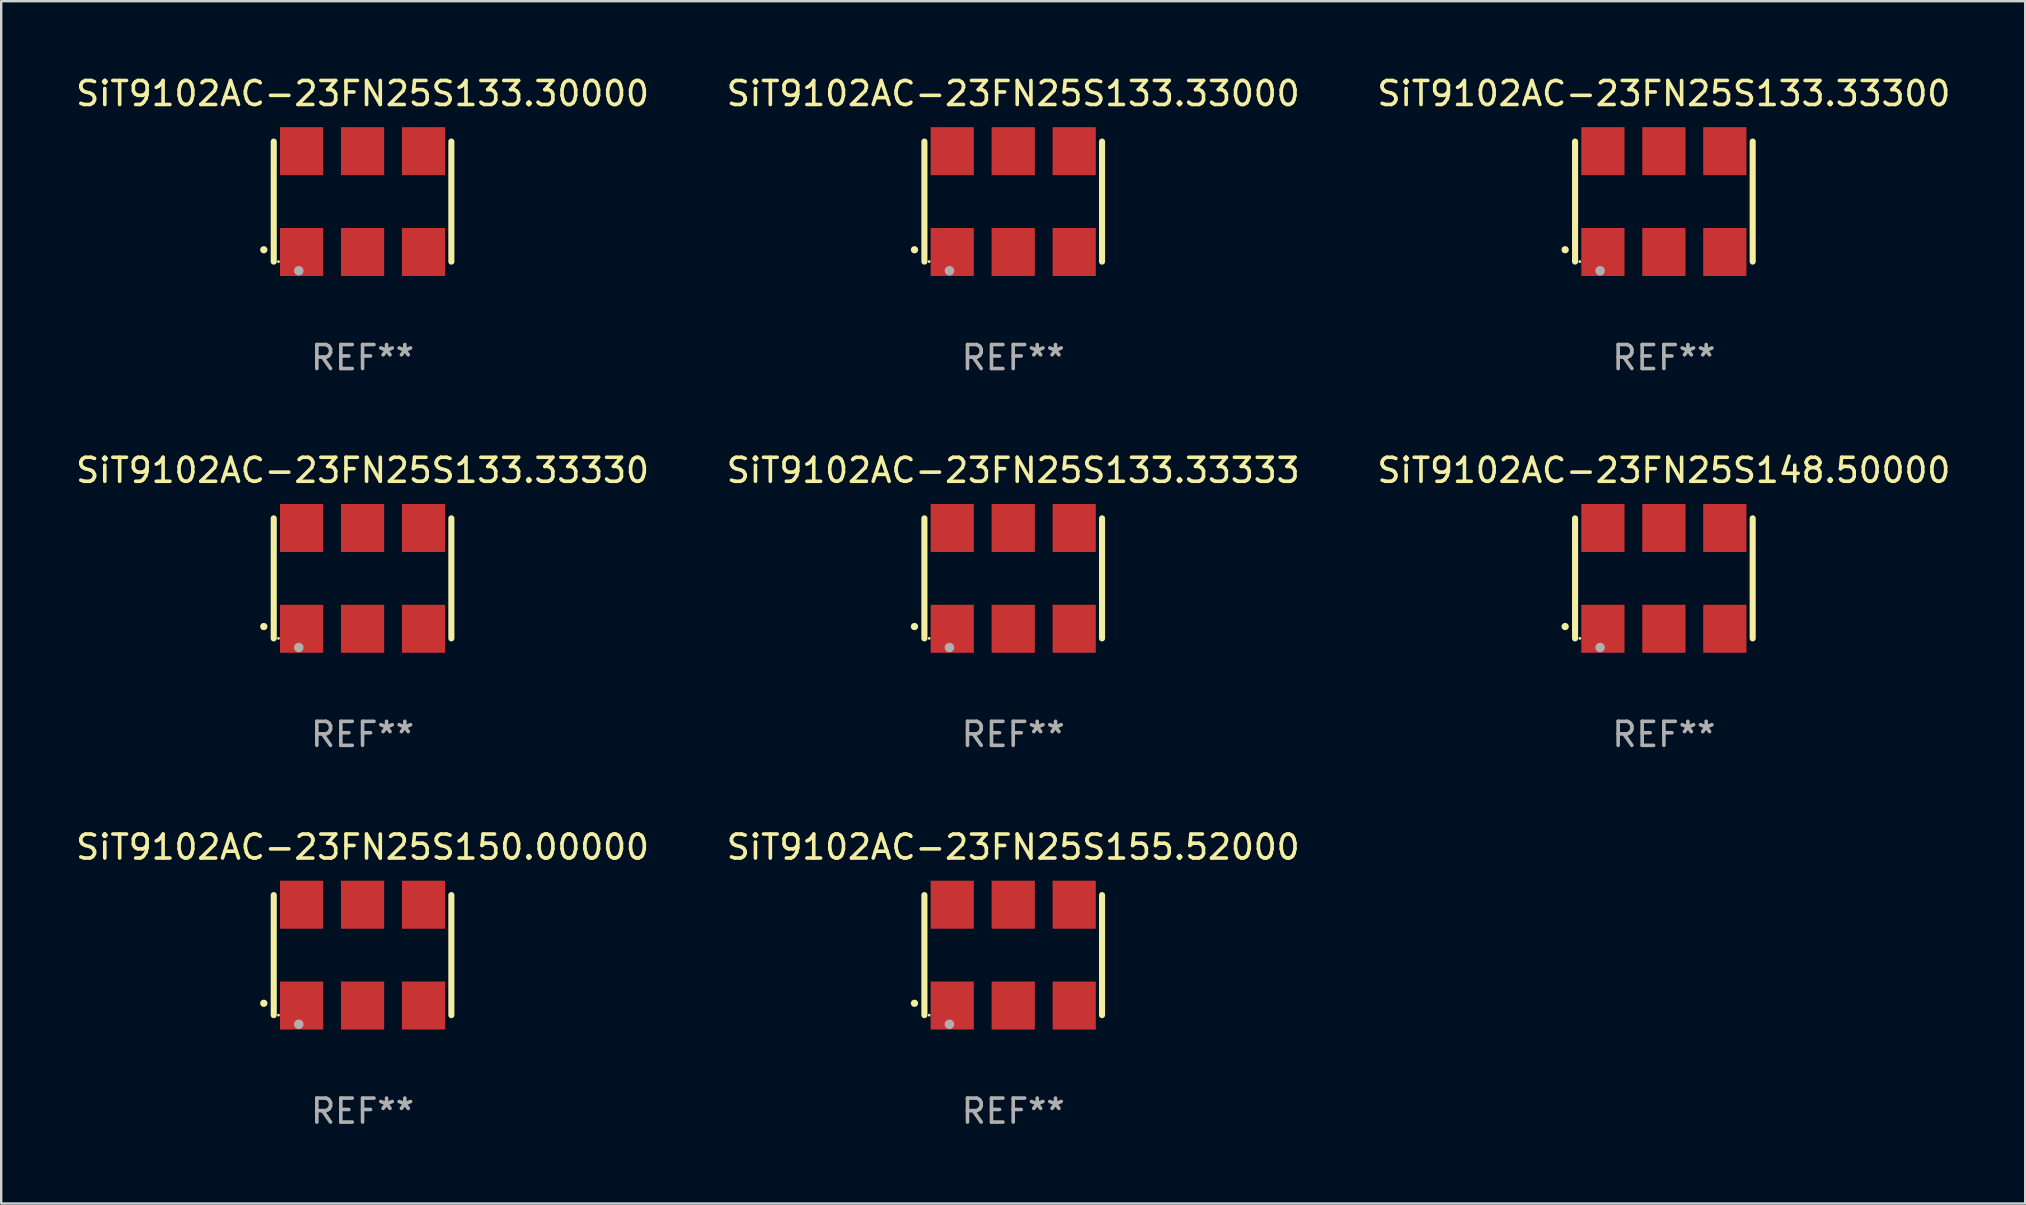
<source format=kicad_pcb>
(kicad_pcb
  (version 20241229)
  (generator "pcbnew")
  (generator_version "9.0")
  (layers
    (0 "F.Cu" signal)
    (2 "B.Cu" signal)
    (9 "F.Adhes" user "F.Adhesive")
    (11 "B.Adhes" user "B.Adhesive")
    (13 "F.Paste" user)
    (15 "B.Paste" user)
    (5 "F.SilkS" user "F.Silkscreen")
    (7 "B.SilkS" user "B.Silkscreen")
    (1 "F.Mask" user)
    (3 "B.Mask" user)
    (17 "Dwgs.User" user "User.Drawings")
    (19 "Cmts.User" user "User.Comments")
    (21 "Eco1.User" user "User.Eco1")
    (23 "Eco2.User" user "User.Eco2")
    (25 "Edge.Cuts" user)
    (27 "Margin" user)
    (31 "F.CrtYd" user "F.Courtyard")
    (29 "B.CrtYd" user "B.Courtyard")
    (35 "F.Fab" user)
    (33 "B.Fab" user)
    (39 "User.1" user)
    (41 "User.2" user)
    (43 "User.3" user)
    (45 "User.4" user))
  (footprint "SiT9102AC-23FN25S155.52000"
    (layer "F.Cu")
    (at 39.161 36.741)
    (property "Reference" "SiT9102AC-23FN25S155.52000" (at 0 -4.5 0) (layer "F.SilkS") (effects (font (size 1 1) (thickness 0.15))))
    (attr through_hole)
    (fp_line (start -3.7 -2.5) (end -3.7 2.5) (stroke (width 0.254) (type solid)) (layer "F.SilkS"))
    (fp_line (start 3.7 -2.5) (end 3.7 2.5) (stroke (width 0.254) (type solid)) (layer "F.SilkS"))
    (fp_arc (start -4.114415 2.006604) (mid -4.113145 2.006599) (end -4.111875 2.006604) (stroke (width 0.3) (type solid)) (layer "F.SilkS"))
    (fp_circle (center -3.502 2.5) (end -3.472 2.5) (stroke (width 0.06) (type solid)) (fill no) (layer "F.SilkS"))
    (fp_circle (center -2.657 2.882) (end -2.557 2.882) (stroke (width 0.2) (type solid)) (fill no) (layer "F.Fab"))
    (fp_text user "REF**" (at 0 6.5 0) (layer "F.Fab") (effects (font (size 1 1) (thickness 0.15))))
    (pad "1" smd rect (at -2.54 2.1) (size 1.8 2) (layers "F.Cu" "F.Mask" "F.Paste"))
    (pad "2" smd rect (at 0.000394 2.1) (size 1.8 2) (layers "F.Cu" "F.Mask" "F.Paste"))
    (pad "3" smd rect (at 2.54 2.1) (size 1.8 2) (layers "F.Cu" "F.Mask" "F.Paste"))
    (pad "4" smd rect (at 2.54 -2.1) (size 1.8 2) (layers "F.Cu" "F.Mask" "F.Paste"))
    (pad "5" smd rect (at 0.000394 -2.1) (size 1.8 2) (layers "F.Cu" "F.Mask" "F.Paste"))
    (pad "6" smd rect (at -2.54 -2.1) (size 1.8 2) (layers "F.Cu" "F.Mask" "F.Paste")))
  (footprint "SiT9102AC-23FN25S133.30000"
    (layer "F.Cu")
    (at 12.054 5.348)
    (property "Reference" "SiT9102AC-23FN25S133.30000" (at 0 -4.5 0) (layer "F.SilkS") (effects (font (size 1 1) (thickness 0.15))))
    (attr through_hole)
    (fp_line (start -3.7 -2.5) (end -3.7 2.5) (stroke (width 0.254) (type solid)) (layer "F.SilkS"))
    (fp_line (start 3.7 -2.5) (end 3.7 2.5) (stroke (width 0.254) (type solid)) (layer "F.SilkS"))
    (fp_arc (start -4.114415 2.006604) (mid -4.113145 2.006599) (end -4.111875 2.006604) (stroke (width 0.3) (type solid)) (layer "F.SilkS"))
    (fp_circle (center -3.502 2.5) (end -3.472 2.5) (stroke (width 0.06) (type solid)) (fill no) (layer "F.SilkS"))
    (fp_circle (center -2.657 2.882) (end -2.557 2.882) (stroke (width 0.2) (type solid)) (fill no) (layer "F.Fab"))
    (fp_text user "REF**" (at 0 6.5 0) (layer "F.Fab") (effects (font (size 1 1) (thickness 0.15))))
    (pad "1" smd rect (at -2.54 2.1) (size 1.8 2) (layers "F.Cu" "F.Mask" "F.Paste"))
    (pad "2" smd rect (at 0.000394 2.1) (size 1.8 2) (layers "F.Cu" "F.Mask" "F.Paste"))
    (pad "3" smd rect (at 2.54 2.1) (size 1.8 2) (layers "F.Cu" "F.Mask" "F.Paste"))
    (pad "4" smd rect (at 2.54 -2.1) (size 1.8 2) (layers "F.Cu" "F.Mask" "F.Paste"))
    (pad "5" smd rect (at 0.000394 -2.1) (size 1.8 2) (layers "F.Cu" "F.Mask" "F.Paste"))
    (pad "6" smd rect (at -2.54 -2.1) (size 1.8 2) (layers "F.Cu" "F.Mask" "F.Paste")))
  (footprint "SiT9102AC-23FN25S133.33333"
    (layer "F.Cu")
    (at 39.161 21.045)
    (property "Reference" "SiT9102AC-23FN25S133.33333" (at 0 -4.5 0) (layer "F.SilkS") (effects (font (size 1 1) (thickness 0.15))))
    (attr through_hole)
    (fp_line (start -3.7 -2.5) (end -3.7 2.5) (stroke (width 0.254) (type solid)) (layer "F.SilkS"))
    (fp_line (start 3.7 -2.5) (end 3.7 2.5) (stroke (width 0.254) (type solid)) (layer "F.SilkS"))
    (fp_arc (start -4.114415 2.006604) (mid -4.113145 2.006599) (end -4.111875 2.006604) (stroke (width 0.3) (type solid)) (layer "F.SilkS"))
    (fp_circle (center -3.502 2.5) (end -3.472 2.5) (stroke (width 0.06) (type solid)) (fill no) (layer "F.SilkS"))
    (fp_circle (center -2.657 2.882) (end -2.557 2.882) (stroke (width 0.2) (type solid)) (fill no) (layer "F.Fab"))
    (fp_text user "REF**" (at 0 6.5 0) (layer "F.Fab") (effects (font (size 1 1) (thickness 0.15))))
    (pad "1" smd rect (at -2.54 2.1) (size 1.8 2) (layers "F.Cu" "F.Mask" "F.Paste"))
    (pad "2" smd rect (at 0.000394 2.1) (size 1.8 2) (layers "F.Cu" "F.Mask" "F.Paste"))
    (pad "3" smd rect (at 2.54 2.1) (size 1.8 2) (layers "F.Cu" "F.Mask" "F.Paste"))
    (pad "4" smd rect (at 2.54 -2.1) (size 1.8 2) (layers "F.Cu" "F.Mask" "F.Paste"))
    (pad "5" smd rect (at 0.000394 -2.1) (size 1.8 2) (layers "F.Cu" "F.Mask" "F.Paste"))
    (pad "6" smd rect (at -2.54 -2.1) (size 1.8 2) (layers "F.Cu" "F.Mask" "F.Paste")))
  (footprint "SiT9102AC-23FN25S133.33000"
    (layer "F.Cu")
    (at 39.161 5.348)
    (property "Reference" "SiT9102AC-23FN25S133.33000" (at 0 -4.5 0) (layer "F.SilkS") (effects (font (size 1 1) (thickness 0.15))))
    (attr through_hole)
    (fp_line (start -3.7 -2.5) (end -3.7 2.5) (stroke (width 0.254) (type solid)) (layer "F.SilkS"))
    (fp_line (start 3.7 -2.5) (end 3.7 2.5) (stroke (width 0.254) (type solid)) (layer "F.SilkS"))
    (fp_arc (start -4.114415 2.006604) (mid -4.113145 2.006599) (end -4.111875 2.006604) (stroke (width 0.3) (type solid)) (layer "F.SilkS"))
    (fp_circle (center -3.502 2.5) (end -3.472 2.5) (stroke (width 0.06) (type solid)) (fill no) (layer "F.SilkS"))
    (fp_circle (center -2.657 2.882) (end -2.557 2.882) (stroke (width 0.2) (type solid)) (fill no) (layer "F.Fab"))
    (fp_text user "REF**" (at 0 6.5 0) (layer "F.Fab") (effects (font (size 1 1) (thickness 0.15))))
    (pad "1" smd rect (at -2.54 2.1) (size 1.8 2) (layers "F.Cu" "F.Mask" "F.Paste"))
    (pad "2" smd rect (at 0.000394 2.1) (size 1.8 2) (layers "F.Cu" "F.Mask" "F.Paste"))
    (pad "3" smd rect (at 2.54 2.1) (size 1.8 2) (layers "F.Cu" "F.Mask" "F.Paste"))
    (pad "4" smd rect (at 2.54 -2.1) (size 1.8 2) (layers "F.Cu" "F.Mask" "F.Paste"))
    (pad "5" smd rect (at 0.000394 -2.1) (size 1.8 2) (layers "F.Cu" "F.Mask" "F.Paste"))
    (pad "6" smd rect (at -2.54 -2.1) (size 1.8 2) (layers "F.Cu" "F.Mask" "F.Paste")))
  (footprint "SiT9102AC-23FN25S150.00000"
    (layer "F.Cu")
    (at 12.054 36.741)
    (property "Reference" "SiT9102AC-23FN25S150.00000" (at 0 -4.5 0) (layer "F.SilkS") (effects (font (size 1 1) (thickness 0.15))))
    (attr through_hole)
    (fp_line (start -3.7 -2.5) (end -3.7 2.5) (stroke (width 0.254) (type solid)) (layer "F.SilkS"))
    (fp_line (start 3.7 -2.5) (end 3.7 2.5) (stroke (width 0.254) (type solid)) (layer "F.SilkS"))
    (fp_arc (start -4.114415 2.006604) (mid -4.113145 2.006599) (end -4.111875 2.006604) (stroke (width 0.3) (type solid)) (layer "F.SilkS"))
    (fp_circle (center -3.502 2.5) (end -3.472 2.5) (stroke (width 0.06) (type solid)) (fill no) (layer "F.SilkS"))
    (fp_circle (center -2.657 2.882) (end -2.557 2.882) (stroke (width 0.2) (type solid)) (fill no) (layer "F.Fab"))
    (fp_text user "REF**" (at 0 6.5 0) (layer "F.Fab") (effects (font (size 1 1) (thickness 0.15))))
    (pad "1" smd rect (at -2.54 2.1) (size 1.8 2) (layers "F.Cu" "F.Mask" "F.Paste"))
    (pad "2" smd rect (at 0.000394 2.1) (size 1.8 2) (layers "F.Cu" "F.Mask" "F.Paste"))
    (pad "3" smd rect (at 2.54 2.1) (size 1.8 2) (layers "F.Cu" "F.Mask" "F.Paste"))
    (pad "4" smd rect (at 2.54 -2.1) (size 1.8 2) (layers "F.Cu" "F.Mask" "F.Paste"))
    (pad "5" smd rect (at 0.000394 -2.1) (size 1.8 2) (layers "F.Cu" "F.Mask" "F.Paste"))
    (pad "6" smd rect (at -2.54 -2.1) (size 1.8 2) (layers "F.Cu" "F.Mask" "F.Paste")))
  (footprint "SiT9102AC-23FN25S133.33300"
    (layer "F.Cu")
    (at 66.268 5.348)
    (property "Reference" "SiT9102AC-23FN25S133.33300" (at 0 -4.5 0) (layer "F.SilkS") (effects (font (size 1 1) (thickness 0.15))))
    (attr through_hole)
    (fp_line (start -3.7 -2.5) (end -3.7 2.5) (stroke (width 0.254) (type solid)) (layer "F.SilkS"))
    (fp_line (start 3.7 -2.5) (end 3.7 2.5) (stroke (width 0.254) (type solid)) (layer "F.SilkS"))
    (fp_arc (start -4.114415 2.006604) (mid -4.113145 2.006599) (end -4.111875 2.006604) (stroke (width 0.3) (type solid)) (layer "F.SilkS"))
    (fp_circle (center -3.502 2.5) (end -3.472 2.5) (stroke (width 0.06) (type solid)) (fill no) (layer "F.SilkS"))
    (fp_circle (center -2.657 2.882) (end -2.557 2.882) (stroke (width 0.2) (type solid)) (fill no) (layer "F.Fab"))
    (fp_text user "REF**" (at 0 6.5 0) (layer "F.Fab") (effects (font (size 1 1) (thickness 0.15))))
    (pad "1" smd rect (at -2.54 2.1) (size 1.8 2) (layers "F.Cu" "F.Mask" "F.Paste"))
    (pad "2" smd rect (at 0.000394 2.1) (size 1.8 2) (layers "F.Cu" "F.Mask" "F.Paste"))
    (pad "3" smd rect (at 2.54 2.1) (size 1.8 2) (layers "F.Cu" "F.Mask" "F.Paste"))
    (pad "4" smd rect (at 2.54 -2.1) (size 1.8 2) (layers "F.Cu" "F.Mask" "F.Paste"))
    (pad "5" smd rect (at 0.000394 -2.1) (size 1.8 2) (layers "F.Cu" "F.Mask" "F.Paste"))
    (pad "6" smd rect (at -2.54 -2.1) (size 1.8 2) (layers "F.Cu" "F.Mask" "F.Paste")))
  (footprint "SiT9102AC-23FN25S148.50000"
    (layer "F.Cu")
    (at 66.268 21.045)
    (property "Reference" "SiT9102AC-23FN25S148.50000" (at 0 -4.5 0) (layer "F.SilkS") (effects (font (size 1 1) (thickness 0.15))))
    (attr through_hole)
    (fp_line (start -3.7 -2.5) (end -3.7 2.5) (stroke (width 0.254) (type solid)) (layer "F.SilkS"))
    (fp_line (start 3.7 -2.5) (end 3.7 2.5) (stroke (width 0.254) (type solid)) (layer "F.SilkS"))
    (fp_arc (start -4.114415 2.006604) (mid -4.113145 2.006599) (end -4.111875 2.006604) (stroke (width 0.3) (type solid)) (layer "F.SilkS"))
    (fp_circle (center -3.502 2.5) (end -3.472 2.5) (stroke (width 0.06) (type solid)) (fill no) (layer "F.SilkS"))
    (fp_circle (center -2.657 2.882) (end -2.557 2.882) (stroke (width 0.2) (type solid)) (fill no) (layer "F.Fab"))
    (fp_text user "REF**" (at 0 6.5 0) (layer "F.Fab") (effects (font (size 1 1) (thickness 0.15))))
    (pad "1" smd rect (at -2.54 2.1) (size 1.8 2) (layers "F.Cu" "F.Mask" "F.Paste"))
    (pad "2" smd rect (at 0.000394 2.1) (size 1.8 2) (layers "F.Cu" "F.Mask" "F.Paste"))
    (pad "3" smd rect (at 2.54 2.1) (size 1.8 2) (layers "F.Cu" "F.Mask" "F.Paste"))
    (pad "4" smd rect (at 2.54 -2.1) (size 1.8 2) (layers "F.Cu" "F.Mask" "F.Paste"))
    (pad "5" smd rect (at 0.000394 -2.1) (size 1.8 2) (layers "F.Cu" "F.Mask" "F.Paste"))
    (pad "6" smd rect (at -2.54 -2.1) (size 1.8 2) (layers "F.Cu" "F.Mask" "F.Paste")))
  (footprint "SiT9102AC-23FN25S133.33330"
    (layer "F.Cu")
    (at 12.054 21.045)
    (property "Reference" "SiT9102AC-23FN25S133.33330" (at 0 -4.5 0) (layer "F.SilkS") (effects (font (size 1 1) (thickness 0.15))))
    (attr through_hole)
    (fp_line (start -3.7 -2.5) (end -3.7 2.5) (stroke (width 0.254) (type solid)) (layer "F.SilkS"))
    (fp_line (start 3.7 -2.5) (end 3.7 2.5) (stroke (width 0.254) (type solid)) (layer "F.SilkS"))
    (fp_arc (start -4.114415 2.006604) (mid -4.113145 2.006599) (end -4.111875 2.006604) (stroke (width 0.3) (type solid)) (layer "F.SilkS"))
    (fp_circle (center -3.502 2.5) (end -3.472 2.5) (stroke (width 0.06) (type solid)) (fill no) (layer "F.SilkS"))
    (fp_circle (center -2.657 2.882) (end -2.557 2.882) (stroke (width 0.2) (type solid)) (fill no) (layer "F.Fab"))
    (fp_text user "REF**" (at 0 6.5 0) (layer "F.Fab") (effects (font (size 1 1) (thickness 0.15))))
    (pad "1" smd rect (at -2.54 2.1) (size 1.8 2) (layers "F.Cu" "F.Mask" "F.Paste"))
    (pad "2" smd rect (at 0.000394 2.1) (size 1.8 2) (layers "F.Cu" "F.Mask" "F.Paste"))
    (pad "3" smd rect (at 2.54 2.1) (size 1.8 2) (layers "F.Cu" "F.Mask" "F.Paste"))
    (pad "4" smd rect (at 2.54 -2.1) (size 1.8 2) (layers "F.Cu" "F.Mask" "F.Paste"))
    (pad "5" smd rect (at 0.000394 -2.1) (size 1.8 2) (layers "F.Cu" "F.Mask" "F.Paste"))
    (pad "6" smd rect (at -2.54 -2.1) (size 1.8 2) (layers "F.Cu" "F.Mask" "F.Paste")))
  (gr_rect
    (start -3 -3)
    (end 81.321 47.09)
    (stroke (width 0.1) (type default))
    (fill no)
    (layer "Edge.Cuts")))
</source>
